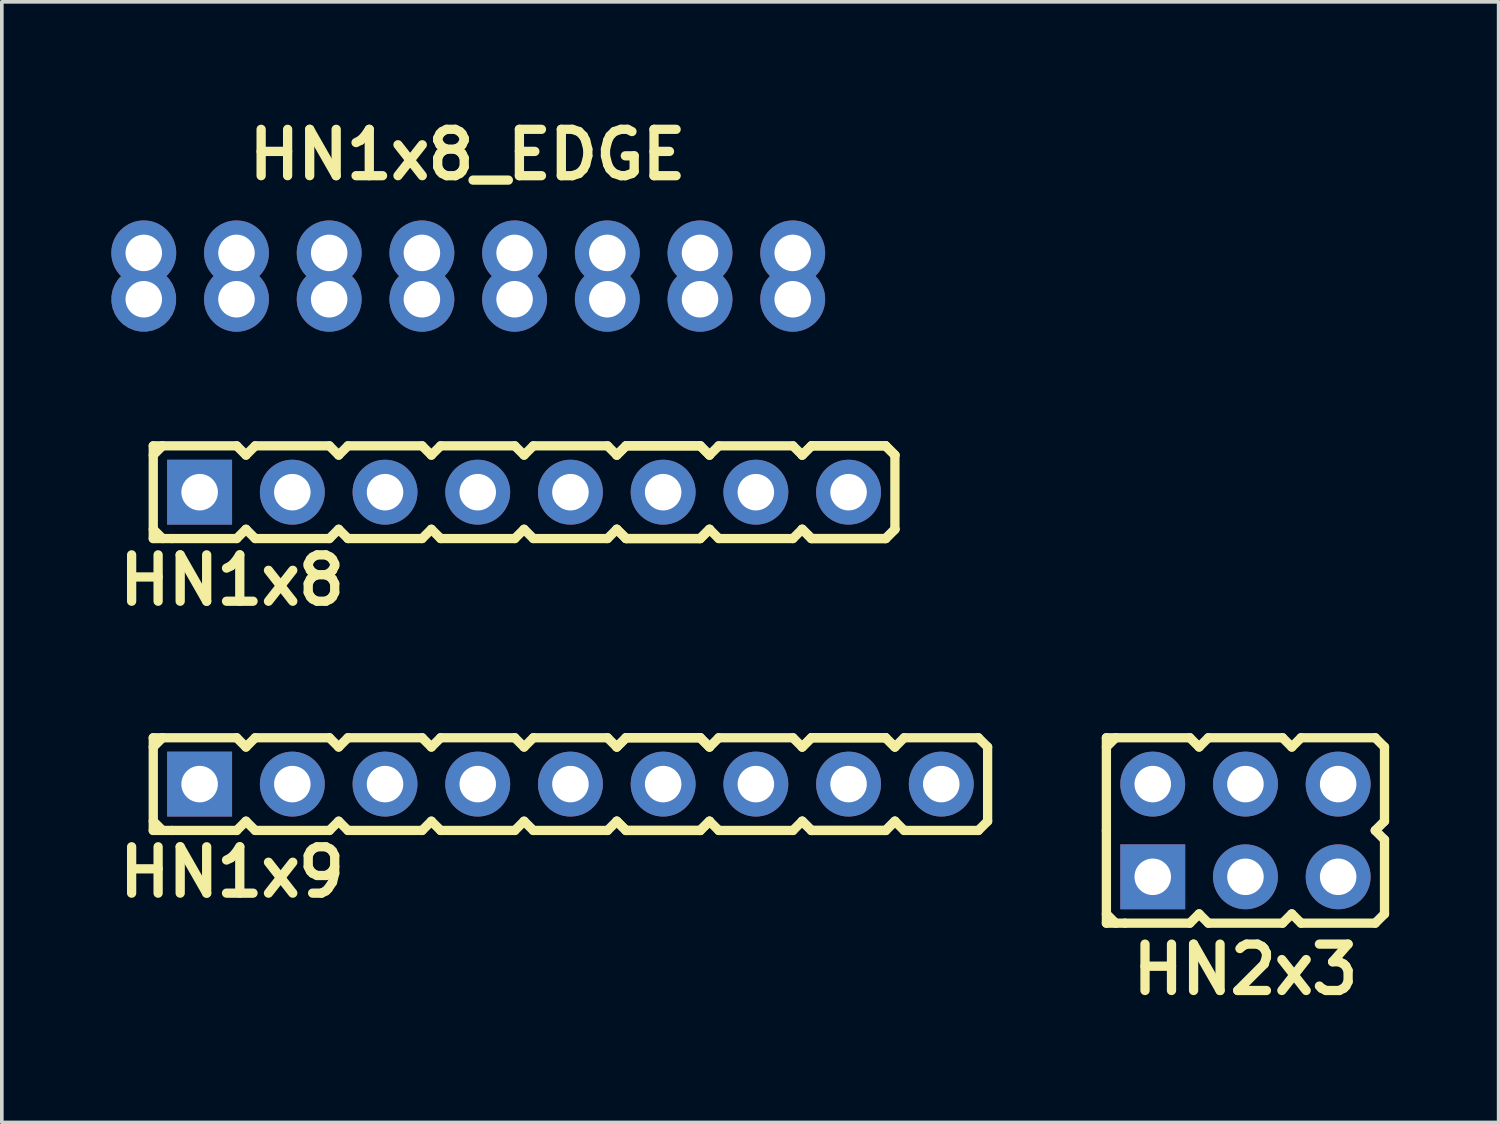
<source format=kicad_pcb>
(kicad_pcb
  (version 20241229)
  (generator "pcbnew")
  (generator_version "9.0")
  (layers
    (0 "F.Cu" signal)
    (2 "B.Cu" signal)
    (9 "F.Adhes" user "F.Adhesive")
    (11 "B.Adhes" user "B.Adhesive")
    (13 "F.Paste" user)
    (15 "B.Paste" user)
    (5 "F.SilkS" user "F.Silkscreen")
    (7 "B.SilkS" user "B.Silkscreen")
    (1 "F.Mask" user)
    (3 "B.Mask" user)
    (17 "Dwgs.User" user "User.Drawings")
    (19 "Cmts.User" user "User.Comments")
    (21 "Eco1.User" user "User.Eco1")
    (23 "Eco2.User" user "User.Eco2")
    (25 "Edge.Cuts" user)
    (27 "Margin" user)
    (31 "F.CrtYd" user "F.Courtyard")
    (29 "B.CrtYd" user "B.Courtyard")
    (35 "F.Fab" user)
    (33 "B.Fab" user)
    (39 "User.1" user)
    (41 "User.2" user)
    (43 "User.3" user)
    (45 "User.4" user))
  (footprint "HN1x9"
    (layer "F.Cu")
    (at 12.579 18.433)
    (property "Reference" "HN1x9" (at -9.271 2.413 0) (layer "F.SilkS") (effects (font (size 1.27 1.27) (thickness 0.254))))
    (attr smd)
    (fp_line (start -11.43 -1.27) (end -11.43 1.27) (stroke (width 0.254) (type solid)) (layer "F.SilkS"))
    (fp_line (start -11.43 -1.27) (end -11.176 -1.27) (stroke (width 0.254) (type solid)) (layer "F.SilkS"))
    (fp_line (start -11.43 -1.016) (end -11.176 -1.27) (stroke (width 0.254) (type solid)) (layer "F.SilkS"))
    (fp_line (start -11.176 -1.27) (end -9.144 -1.27) (stroke (width 0.254) (type solid)) (layer "F.SilkS"))
    (fp_line (start -11.176 1.27) (end -11.43 1.016) (stroke (width 0.254) (type solid)) (layer "F.SilkS"))
    (fp_line (start -10.922 1.27) (end -11.43 1.27) (stroke (width 0.254) (type solid)) (layer "F.SilkS"))
    (fp_line (start -9.144 -1.27) (end -8.89 -1.016) (stroke (width 0.254) (type solid)) (layer "F.SilkS"))
    (fp_line (start -9.144 1.27) (end -10.922 1.27) (stroke (width 0.254) (type solid)) (layer "F.SilkS"))
    (fp_line (start -8.89 -1.016) (end -8.636 -1.27) (stroke (width 0.254) (type solid)) (layer "F.SilkS"))
    (fp_line (start -8.89 1.016) (end -9.144 1.27) (stroke (width 0.254) (type solid)) (layer "F.SilkS"))
    (fp_line (start -8.636 -1.27) (end -6.604 -1.27) (stroke (width 0.254) (type solid)) (layer "F.SilkS"))
    (fp_line (start -8.636 1.27) (end -8.89 1.016) (stroke (width 0.254) (type solid)) (layer "F.SilkS"))
    (fp_line (start -6.604 -1.27) (end -6.35 -1.016) (stroke (width 0.254) (type solid)) (layer "F.SilkS"))
    (fp_line (start -6.604 1.27) (end -8.636 1.27) (stroke (width 0.254) (type solid)) (layer "F.SilkS"))
    (fp_line (start -6.604 1.27) (end -6.35 1.016) (stroke (width 0.254) (type solid)) (layer "F.SilkS"))
    (fp_line (start -6.35 -1.016) (end -6.096 -1.27) (stroke (width 0.254) (type solid)) (layer "F.SilkS"))
    (fp_line (start -6.35 1.016) (end -6.096 1.27) (stroke (width 0.254) (type solid)) (layer "F.SilkS"))
    (fp_line (start -6.096 -1.27) (end -4.064 -1.27) (stroke (width 0.254) (type solid)) (layer "F.SilkS"))
    (fp_line (start -4.064 -1.27) (end -3.81 -1.016) (stroke (width 0.254) (type solid)) (layer "F.SilkS"))
    (fp_line (start -4.064 1.27) (end -6.096 1.27) (stroke (width 0.254) (type solid)) (layer "F.SilkS"))
    (fp_line (start -3.81 -1.016) (end -3.556 -1.27) (stroke (width 0.254) (type solid)) (layer "F.SilkS"))
    (fp_line (start -3.81 1.016) (end -4.064 1.27) (stroke (width 0.254) (type solid)) (layer "F.SilkS"))
    (fp_line (start -3.556 -1.27) (end -1.524 -1.27) (stroke (width 0.254) (type solid)) (layer "F.SilkS"))
    (fp_line (start -3.556 1.27) (end -3.81 1.016) (stroke (width 0.254) (type solid)) (layer "F.SilkS"))
    (fp_line (start -1.524 -1.27) (end -1.27 -1.016) (stroke (width 0.254) (type solid)) (layer "F.SilkS"))
    (fp_line (start -1.524 1.27) (end -3.556 1.27) (stroke (width 0.254) (type solid)) (layer "F.SilkS"))
    (fp_line (start -1.27 -1.016) (end -1.016 -1.27) (stroke (width 0.254) (type solid)) (layer "F.SilkS"))
    (fp_line (start -1.27 1.016) (end -1.524 1.27) (stroke (width 0.254) (type solid)) (layer "F.SilkS"))
    (fp_line (start -1.016 -1.27) (end 1.016 -1.27) (stroke (width 0.254) (type solid)) (layer "F.SilkS"))
    (fp_line (start -1.016 1.27) (end -1.27 1.016) (stroke (width 0.254) (type solid)) (layer "F.SilkS"))
    (fp_line (start 1.016 -1.27) (end 1.27 -1.016) (stroke (width 0.254) (type solid)) (layer "F.SilkS"))
    (fp_line (start 1.016 1.27) (end -1.016 1.27) (stroke (width 0.254) (type solid)) (layer "F.SilkS"))
    (fp_line (start 1.27 -1.016) (end 1.524 -1.27) (stroke (width 0.254) (type solid)) (layer "F.SilkS"))
    (fp_line (start 1.27 -1.016) (end 1.524 -1.27) (stroke (width 0.254) (type solid)) (layer "F.SilkS"))
    (fp_line (start 1.27 1.016) (end 1.016 1.27) (stroke (width 0.254) (type solid)) (layer "F.SilkS"))
    (fp_line (start 1.524 -1.27) (end 3.556 -1.27) (stroke (width 0.254) (type solid)) (layer "F.SilkS"))
    (fp_line (start 1.524 -1.27) (end 3.556 -1.27) (stroke (width 0.254) (type solid)) (layer "F.SilkS"))
    (fp_line (start 1.524 1.27) (end 1.27 1.016) (stroke (width 0.254) (type solid)) (layer "F.SilkS"))
    (fp_line (start 1.524 1.27) (end 1.27 1.016) (stroke (width 0.254) (type solid)) (layer "F.SilkS"))
    (fp_line (start 3.556 -1.27) (end 3.81 -1.016) (stroke (width 0.254) (type solid)) (layer "F.SilkS"))
    (fp_line (start 3.556 -1.27) (end 3.81 -1.016) (stroke (width 0.254) (type solid)) (layer "F.SilkS"))
    (fp_line (start 3.556 1.27) (end 1.524 1.27) (stroke (width 0.254) (type solid)) (layer "F.SilkS"))
    (fp_line (start 3.556 1.27) (end 1.524 1.27) (stroke (width 0.254) (type solid)) (layer "F.SilkS"))
    (fp_line (start 3.81 -1.016) (end 4.064 -1.27) (stroke (width 0.254) (type solid)) (layer "F.SilkS"))
    (fp_line (start 3.81 1.016) (end 3.556 1.27) (stroke (width 0.254) (type solid)) (layer "F.SilkS"))
    (fp_line (start 3.81 1.016) (end 3.556 1.27) (stroke (width 0.254) (type solid)) (layer "F.SilkS"))
    (fp_line (start 4.064 -1.27) (end 6.096 -1.27) (stroke (width 0.254) (type solid)) (layer "F.SilkS"))
    (fp_line (start 4.064 1.27) (end 3.81 1.016) (stroke (width 0.254) (type solid)) (layer "F.SilkS"))
    (fp_line (start 6.096 -1.27) (end 6.35 -1.016) (stroke (width 0.254) (type solid)) (layer "F.SilkS"))
    (fp_line (start 6.096 1.27) (end 4.064 1.27) (stroke (width 0.254) (type solid)) (layer "F.SilkS"))
    (fp_line (start 6.35 -1.016) (end 6.604 -1.27) (stroke (width 0.254) (type solid)) (layer "F.SilkS"))
    (fp_line (start 6.35 -1.016) (end 6.604 -1.27) (stroke (width 0.254) (type solid)) (layer "F.SilkS"))
    (fp_line (start 6.35 1.016) (end 6.096 1.27) (stroke (width 0.254) (type solid)) (layer "F.SilkS"))
    (fp_line (start 6.604 -1.27) (end 8.636 -1.27) (stroke (width 0.254) (type solid)) (layer "F.SilkS"))
    (fp_line (start 6.604 -1.27) (end 8.636 -1.27) (stroke (width 0.254) (type solid)) (layer "F.SilkS"))
    (fp_line (start 6.604 1.27) (end 6.35 1.016) (stroke (width 0.254) (type solid)) (layer "F.SilkS"))
    (fp_line (start 6.604 1.27) (end 6.35 1.016) (stroke (width 0.254) (type solid)) (layer "F.SilkS"))
    (fp_line (start 8.636 -1.27) (end 8.89 -1.016) (stroke (width 0.254) (type solid)) (layer "F.SilkS"))
    (fp_line (start 8.636 -1.27) (end 8.89 -1.016) (stroke (width 0.254) (type solid)) (layer "F.SilkS"))
    (fp_line (start 8.636 1.27) (end 6.604 1.27) (stroke (width 0.254) (type solid)) (layer "F.SilkS"))
    (fp_line (start 8.636 1.27) (end 6.604 1.27) (stroke (width 0.254) (type solid)) (layer "F.SilkS"))
    (fp_line (start 8.89 -1.016) (end 9.144 -1.27) (stroke (width 0.254) (type solid)) (layer "F.SilkS"))
    (fp_line (start 8.89 1.016) (end 8.636 1.27) (stroke (width 0.254) (type solid)) (layer "F.SilkS"))
    (fp_line (start 8.89 1.016) (end 8.636 1.27) (stroke (width 0.254) (type solid)) (layer "F.SilkS"))
    (fp_line (start 9.144 -1.27) (end 11.176 -1.27) (stroke (width 0.254) (type solid)) (layer "F.SilkS"))
    (fp_line (start 9.144 1.27) (end 8.89 1.016) (stroke (width 0.254) (type solid)) (layer "F.SilkS"))
    (fp_line (start 11.176 -1.27) (end 11.43 -1.016) (stroke (width 0.254) (type solid)) (layer "F.SilkS"))
    (fp_line (start 11.176 1.27) (end 9.144 1.27) (stroke (width 0.254) (type solid)) (layer "F.SilkS"))
    (fp_line (start 11.43 -1.016) (end 11.43 1.016) (stroke (width 0.254) (type solid)) (layer "F.SilkS"))
    (fp_line (start 11.43 1.016) (end 11.176 1.27) (stroke (width 0.254) (type solid)) (layer "F.SilkS"))
    (pad "1" thru_hole rect (at -10.16 0) (size 1.778 1.778) (drill 1) (layers "*.Cu" "*.Mask"))
    (pad "2" thru_hole circle (at -7.62 0) (size 1.778 1.778) (drill 1) (layers "*.Cu" "*.Mask"))
    (pad "3" thru_hole circle (at -5.08 0) (size 1.778 1.778) (drill 1) (layers "*.Cu" "*.Mask"))
    (pad "4" thru_hole circle (at -2.54 0) (size 1.778 1.778) (drill 1) (layers "*.Cu" "*.Mask"))
    (pad "5" thru_hole circle (at 0 0) (size 1.778 1.778) (drill 1) (layers "*.Cu" "*.Mask"))
    (pad "6" thru_hole circle (at 2.54 0) (size 1.778 1.778) (drill 1) (layers "*.Cu" "*.Mask"))
    (pad "7" thru_hole circle (at 5.08 0) (size 1.778 1.778) (drill 1) (layers "*.Cu" "*.Mask"))
    (pad "8" thru_hole circle (at 7.62 0) (size 1.778 1.778) (drill 1) (layers "*.Cu" "*.Mask"))
    (pad "9" thru_hole circle (at 10.16 0) (size 1.778 1.778) (drill 1) (layers "*.Cu" "*.Mask")))
  (footprint "HN2x3"
    (layer "F.Cu")
    (at 31.073 19.703)
    (property "Reference" "HN2x3" (at 0 3.81 0) (layer "F.SilkS") (effects (font (size 1.27 1.27) (thickness 0.254))))
    (attr smd)
    (fp_line (start -3.81 -2.54) (end -3.81 0) (stroke (width 0.254) (type solid)) (layer "F.SilkS"))
    (fp_line (start -3.81 -2.54) (end -3.556 -2.54) (stroke (width 0.254) (type solid)) (layer "F.SilkS"))
    (fp_line (start -3.81 -2.286) (end -3.556 -2.54) (stroke (width 0.254) (type solid)) (layer "F.SilkS"))
    (fp_line (start -3.81 0) (end -3.81 2.54) (stroke (width 0.254) (type solid)) (layer "F.SilkS"))
    (fp_line (start -3.556 -2.54) (end -1.524 -2.54) (stroke (width 0.254) (type solid)) (layer "F.SilkS"))
    (fp_line (start -3.556 2.54) (end -3.81 2.286) (stroke (width 0.254) (type solid)) (layer "F.SilkS"))
    (fp_line (start -3.302 2.54) (end -3.81 2.54) (stroke (width 0.254) (type solid)) (layer "F.SilkS"))
    (fp_line (start -1.524 -2.54) (end -1.27 -2.286) (stroke (width 0.254) (type solid)) (layer "F.SilkS"))
    (fp_line (start -1.524 2.54) (end -3.302 2.54) (stroke (width 0.254) (type solid)) (layer "F.SilkS"))
    (fp_line (start -1.27 -2.286) (end -1.016 -2.54) (stroke (width 0.254) (type solid)) (layer "F.SilkS"))
    (fp_line (start -1.27 2.286) (end -1.524 2.54) (stroke (width 0.254) (type solid)) (layer "F.SilkS"))
    (fp_line (start -1.016 -2.54) (end 1.016 -2.54) (stroke (width 0.254) (type solid)) (layer "F.SilkS"))
    (fp_line (start -1.016 2.54) (end -1.27 2.286) (stroke (width 0.254) (type solid)) (layer "F.SilkS"))
    (fp_line (start 1.016 -2.54) (end 1.27 -2.286) (stroke (width 0.254) (type solid)) (layer "F.SilkS"))
    (fp_line (start 1.016 2.54) (end -1.016 2.54) (stroke (width 0.254) (type solid)) (layer "F.SilkS"))
    (fp_line (start 1.016 2.54) (end 1.27 2.286) (stroke (width 0.254) (type solid)) (layer "F.SilkS"))
    (fp_line (start 1.27 -2.286) (end 1.524 -2.54) (stroke (width 0.254) (type solid)) (layer "F.SilkS"))
    (fp_line (start 1.27 2.286) (end 1.524 2.54) (stroke (width 0.254) (type solid)) (layer "F.SilkS"))
    (fp_line (start 1.524 -2.54) (end 3.556 -2.54) (stroke (width 0.254) (type solid)) (layer "F.SilkS"))
    (fp_line (start 3.556 -2.54) (end 3.81 -2.286) (stroke (width 0.254) (type solid)) (layer "F.SilkS"))
    (fp_line (start 3.556 0) (end 3.81 0.254) (stroke (width 0.254) (type solid)) (layer "F.SilkS"))
    (fp_line (start 3.556 2.54) (end 1.524 2.54) (stroke (width 0.254) (type solid)) (layer "F.SilkS"))
    (fp_line (start 3.81 -2.286) (end 3.81 -0.254) (stroke (width 0.254) (type solid)) (layer "F.SilkS"))
    (fp_line (start 3.81 -0.254) (end 3.556 0) (stroke (width 0.254) (type solid)) (layer "F.SilkS"))
    (fp_line (start 3.81 0.254) (end 3.81 2.286) (stroke (width 0.254) (type solid)) (layer "F.SilkS"))
    (fp_line (start 3.81 2.286) (end 3.556 2.54) (stroke (width 0.254) (type solid)) (layer "F.SilkS"))
    (pad "1" thru_hole rect (at -2.54 1.27) (size 1.778 1.778) (drill 1) (layers "*.Cu" "*.Mask"))
    (pad "2" thru_hole oval (at -2.54 -1.27) (size 1.778 1.778) (drill 1) (layers "*.Cu" "*.Mask"))
    (pad "3" thru_hole circle (at 0 1.27) (size 1.778 1.778) (drill 1) (layers "*.Cu" "*.Mask"))
    (pad "4" thru_hole circle (at 0 -1.27) (size 1.778 1.778) (drill 1) (layers "*.Cu" "*.Mask"))
    (pad "5" thru_hole circle (at 2.54 1.27) (size 1.778 1.778) (drill 1) (layers "*.Cu" "*.Mask"))
    (pad "6" thru_hole circle (at 2.54 -1.27) (size 1.778 1.778) (drill 1) (layers "*.Cu" "*.Mask")))
  (footprint "HN1x8"
    (layer "F.Cu")
    (at 11.309 10.435)
    (property "Reference" "HN1x8" (at -8.001 2.413 0) (layer "F.SilkS") (effects (font (size 1.27 1.27) (thickness 0.254))))
    (attr smd)
    (fp_line (start -10.16 -1.27) (end -10.16 1.27) (stroke (width 0.254) (type solid)) (layer "F.SilkS"))
    (fp_line (start -10.16 -1.27) (end -9.906 -1.27) (stroke (width 0.254) (type solid)) (layer "F.SilkS"))
    (fp_line (start -10.16 -1.016) (end -9.906 -1.27) (stroke (width 0.254) (type solid)) (layer "F.SilkS"))
    (fp_line (start -9.906 -1.27) (end -7.874 -1.27) (stroke (width 0.254) (type solid)) (layer "F.SilkS"))
    (fp_line (start -9.906 1.27) (end -10.16 1.016) (stroke (width 0.254) (type solid)) (layer "F.SilkS"))
    (fp_line (start -9.652 1.27) (end -10.16 1.27) (stroke (width 0.254) (type solid)) (layer "F.SilkS"))
    (fp_line (start -7.874 -1.27) (end -7.62 -1.016) (stroke (width 0.254) (type solid)) (layer "F.SilkS"))
    (fp_line (start -7.874 1.27) (end -9.652 1.27) (stroke (width 0.254) (type solid)) (layer "F.SilkS"))
    (fp_line (start -7.62 -1.016) (end -7.366 -1.27) (stroke (width 0.254) (type solid)) (layer "F.SilkS"))
    (fp_line (start -7.62 1.016) (end -7.874 1.27) (stroke (width 0.254) (type solid)) (layer "F.SilkS"))
    (fp_line (start -7.366 -1.27) (end -5.334 -1.27) (stroke (width 0.254) (type solid)) (layer "F.SilkS"))
    (fp_line (start -7.366 1.27) (end -7.62 1.016) (stroke (width 0.254) (type solid)) (layer "F.SilkS"))
    (fp_line (start -5.334 -1.27) (end -5.08 -1.016) (stroke (width 0.254) (type solid)) (layer "F.SilkS"))
    (fp_line (start -5.334 1.27) (end -7.366 1.27) (stroke (width 0.254) (type solid)) (layer "F.SilkS"))
    (fp_line (start -5.334 1.27) (end -5.08 1.016) (stroke (width 0.254) (type solid)) (layer "F.SilkS"))
    (fp_line (start -5.08 -1.016) (end -4.826 -1.27) (stroke (width 0.254) (type solid)) (layer "F.SilkS"))
    (fp_line (start -5.08 1.016) (end -4.826 1.27) (stroke (width 0.254) (type solid)) (layer "F.SilkS"))
    (fp_line (start -4.826 -1.27) (end -2.794 -1.27) (stroke (width 0.254) (type solid)) (layer "F.SilkS"))
    (fp_line (start -2.794 -1.27) (end -2.54 -1.016) (stroke (width 0.254) (type solid)) (layer "F.SilkS"))
    (fp_line (start -2.794 1.27) (end -4.826 1.27) (stroke (width 0.254) (type solid)) (layer "F.SilkS"))
    (fp_line (start -2.54 -1.016) (end -2.286 -1.27) (stroke (width 0.254) (type solid)) (layer "F.SilkS"))
    (fp_line (start -2.54 1.016) (end -2.794 1.27) (stroke (width 0.254) (type solid)) (layer "F.SilkS"))
    (fp_line (start -2.286 -1.27) (end -0.254 -1.27) (stroke (width 0.254) (type solid)) (layer "F.SilkS"))
    (fp_line (start -2.286 1.27) (end -2.54 1.016) (stroke (width 0.254) (type solid)) (layer "F.SilkS"))
    (fp_line (start -0.254 -1.27) (end 0 -1.016) (stroke (width 0.254) (type solid)) (layer "F.SilkS"))
    (fp_line (start -0.254 1.27) (end -2.286 1.27) (stroke (width 0.254) (type solid)) (layer "F.SilkS"))
    (fp_line (start 0 -1.016) (end 0.254 -1.27) (stroke (width 0.254) (type solid)) (layer "F.SilkS"))
    (fp_line (start 0 1.016) (end -0.254 1.27) (stroke (width 0.254) (type solid)) (layer "F.SilkS"))
    (fp_line (start 0.254 -1.27) (end 2.286 -1.27) (stroke (width 0.254) (type solid)) (layer "F.SilkS"))
    (fp_line (start 0.254 1.27) (end 0 1.016) (stroke (width 0.254) (type solid)) (layer "F.SilkS"))
    (fp_line (start 2.286 -1.27) (end 2.54 -1.016) (stroke (width 0.254) (type solid)) (layer "F.SilkS"))
    (fp_line (start 2.286 1.27) (end 0.254 1.27) (stroke (width 0.254) (type solid)) (layer "F.SilkS"))
    (fp_line (start 2.54 -1.016) (end 2.794 -1.27) (stroke (width 0.254) (type solid)) (layer "F.SilkS"))
    (fp_line (start 2.54 -1.016) (end 2.794 -1.27) (stroke (width 0.254) (type solid)) (layer "F.SilkS"))
    (fp_line (start 2.54 1.016) (end 2.286 1.27) (stroke (width 0.254) (type solid)) (layer "F.SilkS"))
    (fp_line (start 2.794 -1.27) (end 4.826 -1.27) (stroke (width 0.254) (type solid)) (layer "F.SilkS"))
    (fp_line (start 2.794 -1.27) (end 4.826 -1.27) (stroke (width 0.254) (type solid)) (layer "F.SilkS"))
    (fp_line (start 2.794 1.27) (end 2.54 1.016) (stroke (width 0.254) (type solid)) (layer "F.SilkS"))
    (fp_line (start 2.794 1.27) (end 2.54 1.016) (stroke (width 0.254) (type solid)) (layer "F.SilkS"))
    (fp_line (start 4.826 -1.27) (end 5.08 -1.016) (stroke (width 0.254) (type solid)) (layer "F.SilkS"))
    (fp_line (start 4.826 -1.27) (end 5.08 -1.016) (stroke (width 0.254) (type solid)) (layer "F.SilkS"))
    (fp_line (start 4.826 1.27) (end 2.794 1.27) (stroke (width 0.254) (type solid)) (layer "F.SilkS"))
    (fp_line (start 4.826 1.27) (end 2.794 1.27) (stroke (width 0.254) (type solid)) (layer "F.SilkS"))
    (fp_line (start 5.08 -1.016) (end 5.334 -1.27) (stroke (width 0.254) (type solid)) (layer "F.SilkS"))
    (fp_line (start 5.08 1.016) (end 4.826 1.27) (stroke (width 0.254) (type solid)) (layer "F.SilkS"))
    (fp_line (start 5.08 1.016) (end 4.826 1.27) (stroke (width 0.254) (type solid)) (layer "F.SilkS"))
    (fp_line (start 5.334 -1.27) (end 7.366 -1.27) (stroke (width 0.254) (type solid)) (layer "F.SilkS"))
    (fp_line (start 5.334 1.27) (end 5.08 1.016) (stroke (width 0.254) (type solid)) (layer "F.SilkS"))
    (fp_line (start 7.366 -1.27) (end 7.62 -1.016) (stroke (width 0.254) (type solid)) (layer "F.SilkS"))
    (fp_line (start 7.366 1.27) (end 5.334 1.27) (stroke (width 0.254) (type solid)) (layer "F.SilkS"))
    (fp_line (start 7.62 -1.016) (end 7.874 -1.27) (stroke (width 0.254) (type solid)) (layer "F.SilkS"))
    (fp_line (start 7.62 -1.016) (end 7.874 -1.27) (stroke (width 0.254) (type solid)) (layer "F.SilkS"))
    (fp_line (start 7.62 1.016) (end 7.366 1.27) (stroke (width 0.254) (type solid)) (layer "F.SilkS"))
    (fp_line (start 7.874 -1.27) (end 9.906 -1.27) (stroke (width 0.254) (type solid)) (layer "F.SilkS"))
    (fp_line (start 7.874 -1.27) (end 9.906 -1.27) (stroke (width 0.254) (type solid)) (layer "F.SilkS"))
    (fp_line (start 7.874 1.27) (end 7.62 1.016) (stroke (width 0.254) (type solid)) (layer "F.SilkS"))
    (fp_line (start 7.874 1.27) (end 7.62 1.016) (stroke (width 0.254) (type solid)) (layer "F.SilkS"))
    (fp_line (start 9.906 -1.27) (end 10.16 -1.016) (stroke (width 0.254) (type solid)) (layer "F.SilkS"))
    (fp_line (start 9.906 -1.27) (end 10.16 -1.016) (stroke (width 0.254) (type solid)) (layer "F.SilkS"))
    (fp_line (start 9.906 1.27) (end 7.874 1.27) (stroke (width 0.254) (type solid)) (layer "F.SilkS"))
    (fp_line (start 9.906 1.27) (end 7.874 1.27) (stroke (width 0.254) (type solid)) (layer "F.SilkS"))
    (fp_line (start 10.16 -1.016) (end 10.16 1.016) (stroke (width 0.254) (type solid)) (layer "F.SilkS"))
    (fp_line (start 10.16 1.016) (end 9.906 1.27) (stroke (width 0.254) (type solid)) (layer "F.SilkS"))
    (fp_line (start 10.16 1.016) (end 9.906 1.27) (stroke (width 0.254) (type solid)) (layer "F.SilkS"))
    (pad "1" thru_hole rect (at -8.89 0) (size 1.778 1.778) (drill 1) (layers "*.Cu" "*.Mask"))
    (pad "2" thru_hole circle (at -6.35 0) (size 1.778 1.778) (drill 1) (layers "*.Cu" "*.Mask"))
    (pad "3" thru_hole circle (at -3.81 0) (size 1.778 1.778) (drill 1) (layers "*.Cu" "*.Mask"))
    (pad "4" thru_hole circle (at -1.27 0) (size 1.778 1.778) (drill 1) (layers "*.Cu" "*.Mask"))
    (pad "5" thru_hole circle (at 1.27 0) (size 1.778 1.778) (drill 1) (layers "*.Cu" "*.Mask"))
    (pad "6" thru_hole circle (at 3.81 0) (size 1.778 1.778) (drill 1) (layers "*.Cu" "*.Mask"))
    (pad "7" thru_hole circle (at 6.35 0) (size 1.778 1.778) (drill 1) (layers "*.Cu" "*.Mask"))
    (pad "8" thru_hole circle (at 8.89 0) (size 1.778 1.778) (drill 1) (layers "*.Cu" "*.Mask")))
  (footprint "HN1x8_EDGE"
    (layer "F.Cu")
    (at 9.779 3.879)
    (property "Reference" "HN1x8_EDGE" (at -0.02 -2.69 0) (layer "F.SilkS") (effects (font (size 1.27 1.27) (thickness 0.254))))
    (attr smd)
    (pad "1" thru_hole circle (at -8.89 0) (size 1.778 1.778) (drill 1) (layers "*.Cu" "*.Mask"))
    (pad "1" thru_hole custom (at -8.89 1.27) (size 1.778 1.778) (drill 1) (layers "*.Cu" "*.Mask") (options (anchor circle)) (primitives (gr_arc (start -0.65 0) (mid 0 -0.65) (end 0.65 0) (width 0.4))))
    (pad "2" thru_hole circle (at -6.35 0) (size 1.778 1.778) (drill 1) (layers "*.Cu" "*.Mask"))
    (pad "2" thru_hole circle (at -6.35 1.27) (size 1.778 1.778) (drill 1) (layers "*.Cu" "*.Mask"))
    (pad "3" thru_hole circle (at -3.81 0) (size 1.778 1.778) (drill 1) (layers "*.Cu" "*.Mask"))
    (pad "3" thru_hole circle (at -3.81 1.27) (size 1.778 1.778) (drill 1) (layers "*.Cu" "*.Mask"))
    (pad "4" thru_hole circle (at -1.27 0) (size 1.778 1.778) (drill 1) (layers "*.Cu" "*.Mask"))
    (pad "4" thru_hole circle (at -1.27 1.27) (size 1.778 1.778) (drill 1) (layers "*.Cu" "*.Mask"))
    (pad "5" thru_hole circle (at 1.27 0) (size 1.778 1.778) (drill 1) (layers "*.Cu" "*.Mask"))
    (pad "5" thru_hole circle (at 1.27 1.27) (size 1.778 1.778) (drill 1) (layers "*.Cu" "*.Mask"))
    (pad "6" thru_hole circle (at 3.81 0) (size 1.778 1.778) (drill 1) (layers "*.Cu" "*.Mask"))
    (pad "6" thru_hole circle (at 3.81 1.27) (size 1.778 1.778) (drill 1) (layers "*.Cu" "*.Mask"))
    (pad "7" thru_hole circle (at 6.35 0) (size 1.778 1.778) (drill 1) (layers "*.Cu" "*.Mask"))
    (pad "7" thru_hole circle (at 6.35 1.27) (size 1.778 1.778) (drill 1) (layers "*.Cu" "*.Mask"))
    (pad "8" thru_hole circle (at 8.89 0) (size 1.778 1.778) (drill 1) (layers "*.Cu" "*.Mask"))
    (pad "8" thru_hole circle (at 8.89 1.27) (size 1.778 1.778) (drill 1) (layers "*.Cu" "*.Mask")))
  (gr_rect
    (start -3 -3)
    (end 38.01 27.702)
    (stroke (width 0.1) (type default))
    (fill no)
    (layer "Edge.Cuts")))
</source>
